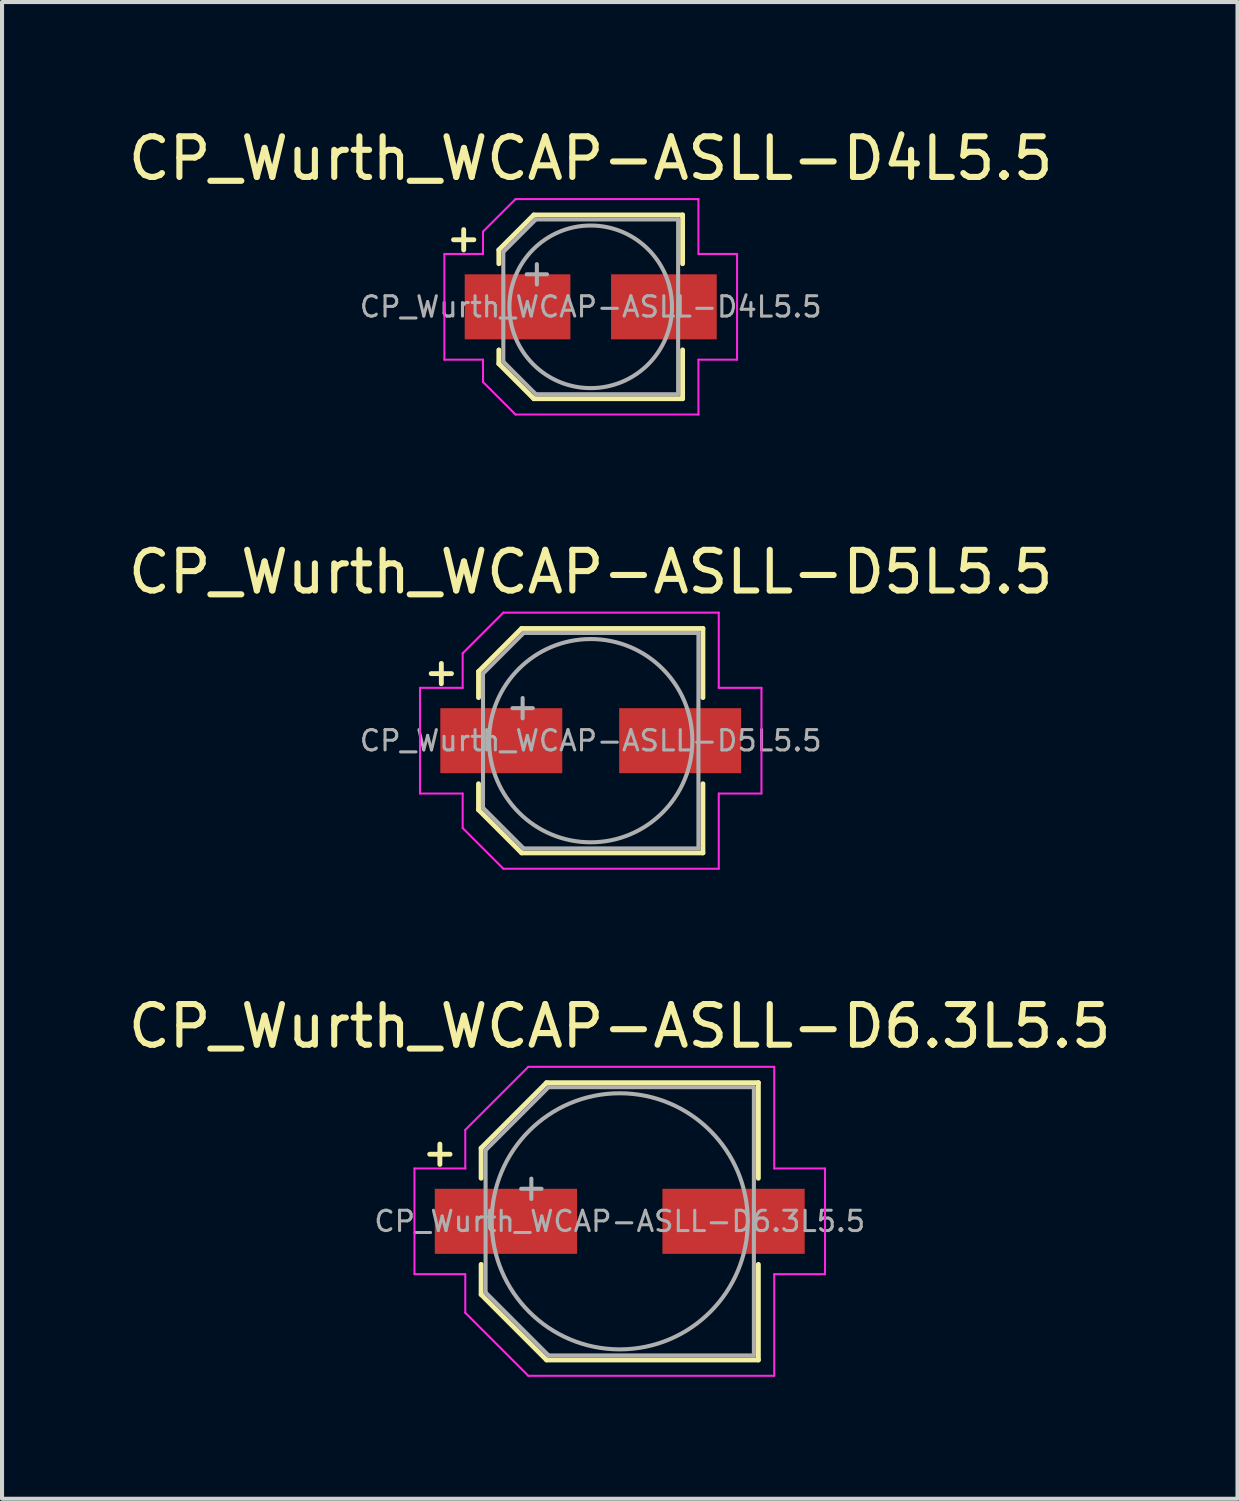
<source format=kicad_pcb>
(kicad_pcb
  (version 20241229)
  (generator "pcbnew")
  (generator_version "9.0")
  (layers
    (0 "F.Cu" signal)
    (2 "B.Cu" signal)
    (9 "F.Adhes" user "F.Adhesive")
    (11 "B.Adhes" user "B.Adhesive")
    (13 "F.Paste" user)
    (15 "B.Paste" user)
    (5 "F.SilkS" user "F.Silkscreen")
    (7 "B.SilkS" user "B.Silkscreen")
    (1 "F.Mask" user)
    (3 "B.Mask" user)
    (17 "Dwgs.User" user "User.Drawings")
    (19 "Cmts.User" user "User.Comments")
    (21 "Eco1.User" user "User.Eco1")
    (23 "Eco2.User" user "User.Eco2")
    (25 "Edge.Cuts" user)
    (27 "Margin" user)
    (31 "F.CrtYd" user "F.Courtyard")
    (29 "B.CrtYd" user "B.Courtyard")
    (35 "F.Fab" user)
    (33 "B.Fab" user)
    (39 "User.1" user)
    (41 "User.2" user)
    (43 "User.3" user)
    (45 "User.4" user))
  (footprint "CP_Wurth_WCAP-ASLL-D4L5.5"
    (layer "F.Cu")
    (at 11.482 4.498)
    (property "Reference" "CP_Wurth_WCAP-ASLL-D4L5.5" (at 0 -3.65 0) (unlocked yes) (layer "F.SilkS") (effects (font (size 1 1) (thickness 0.15))))
    (attr smd)
    (fp_line (start -3.125 -1.4) (end -3.125 -1.9) (stroke (width 0.12) (type solid)) (layer "F.SilkS"))
    (fp_line (start -2.875 -1.65) (end -3.375 -1.65) (stroke (width 0.12) (type solid)) (layer "F.SilkS"))
    (fp_line (start -2.26 -1.4) (end -2.26 -1.06) (stroke (width 0.12) (type default)) (layer "F.SilkS"))
    (fp_line (start -2.26 -1.4) (end -1.4 -2.26) (stroke (width 0.12) (type default)) (layer "F.SilkS"))
    (fp_line (start -2.26 1.4) (end -2.26 1.06) (stroke (width 0.12) (type default)) (layer "F.SilkS"))
    (fp_line (start -2.26 1.4) (end -1.4 2.26) (stroke (width 0.12) (type default)) (layer "F.SilkS"))
    (fp_line (start -1.4 -2.26) (end 2.26 -2.26) (stroke (width 0.12) (type solid)) (layer "F.SilkS"))
    (fp_line (start -1.4 2.26) (end 2.26 2.26) (stroke (width 0.12) (type solid)) (layer "F.SilkS"))
    (fp_line (start 2.26 -2.26) (end 2.26 -1.06) (stroke (width 0.12) (type default)) (layer "F.SilkS"))
    (fp_line (start 2.26 1.06) (end 2.26 2.26) (stroke (width 0.12) (type default)) (layer "F.SilkS"))
    (fp_line (start -3.6 -1.3) (end -3.6 1.3) (stroke (width 0.05) (type default)) (layer "F.CrtYd"))
    (fp_line (start -3.6 -1.3) (end -2.65 -1.3) (stroke (width 0.05) (type default)) (layer "F.CrtYd"))
    (fp_line (start -3.6 1.3) (end -2.65 1.3) (stroke (width 0.05) (type default)) (layer "F.CrtYd"))
    (fp_line (start -2.65 -1.85) (end -2.65 -1.3) (stroke (width 0.05) (type default)) (layer "F.CrtYd"))
    (fp_line (start -2.65 -1.85) (end -1.85 -2.65) (stroke (width 0.05) (type default)) (layer "F.CrtYd"))
    (fp_line (start -2.65 1.3) (end -2.65 1.85) (stroke (width 0.05) (type default)) (layer "F.CrtYd"))
    (fp_line (start -2.65 1.85) (end -1.85 2.65) (stroke (width 0.05) (type default)) (layer "F.CrtYd"))
    (fp_line (start -1.85 -2.65) (end 2.65 -2.65) (stroke (width 0.05) (type default)) (layer "F.CrtYd"))
    (fp_line (start -1.85 2.65) (end 2.65 2.65) (stroke (width 0.05) (type default)) (layer "F.CrtYd"))
    (fp_line (start 2.65 -2.65) (end 2.65 -1.3) (stroke (width 0.05) (type default)) (layer "F.CrtYd"))
    (fp_line (start 2.65 -1.3) (end 3.6 -1.3) (stroke (width 0.05) (type default)) (layer "F.CrtYd"))
    (fp_line (start 2.65 1.3) (end 2.65 2.65) (stroke (width 0.05) (type default)) (layer "F.CrtYd"))
    (fp_line (start 2.65 1.3) (end 3.6 1.3) (stroke (width 0.05) (type default)) (layer "F.CrtYd"))
    (fp_line (start 3.6 -1.3) (end 3.6 1.3) (stroke (width 0.05) (type default)) (layer "F.CrtYd"))
    (fp_line (start -2.15 -1.35) (end -1.35 -2.15) (stroke (width 0.1) (type default)) (layer "F.Fab"))
    (fp_line (start -2.15 1.35) (end -2.15 -1.35) (stroke (width 0.1) (type default)) (layer "F.Fab"))
    (fp_line (start -1.35 -2.15) (end 2.15 -2.15) (stroke (width 0.1) (type default)) (layer "F.Fab"))
    (fp_line (start -1.35 2.15) (end -2.15 1.35) (stroke (width 0.1) (type default)) (layer "F.Fab"))
    (fp_line (start -1.325 -0.55) (end -1.325 -1.05) (stroke (width 0.1) (type default)) (layer "F.Fab"))
    (fp_line (start -1.075 -0.8) (end -1.575 -0.8) (stroke (width 0.1) (type default)) (layer "F.Fab"))
    (fp_line (start 2.15 -2.15) (end 2.15 2.15) (stroke (width 0.1) (type default)) (layer "F.Fab"))
    (fp_line (start 2.15 2.15) (end -1.35 2.15) (stroke (width 0.1) (type default)) (layer "F.Fab"))
    (fp_circle (center 0 0) (end 2 0) (stroke (width 0.1) (type default)) (fill no) (layer "F.Fab"))
    (fp_text user "${REFERENCE}" (at 0 0 0) (unlocked yes) (layer "F.Fab") (effects (font (size 0.5 0.5) (thickness 0.075))))
    (pad "1" smd rect (at -1.8 0) (size 2.6 1.6) (layers "F.Cu" "F.Mask" "F.Paste"))
    (pad "2" smd rect (at 1.8 0) (size 2.6 1.6) (layers "F.Cu" "F.Mask" "F.Paste")))
  (footprint "CP_Wurth_WCAP-ASLL-D6.3L5.5"
    (layer "F.Cu")
    (at 12.196 26.995)
    (property "Reference" "CP_Wurth_WCAP-ASLL-D6.3L5.5" (at 0 -4.8 0) (unlocked yes) (layer "F.SilkS") (effects (font (size 1 1) (thickness 0.15))))
    (attr smd)
    (fp_line (start -4.425 -1.4) (end -4.425 -1.9) (stroke (width 0.12) (type solid)) (layer "F.SilkS"))
    (fp_line (start -4.175 -1.65) (end -4.675 -1.65) (stroke (width 0.12) (type solid)) (layer "F.SilkS"))
    (fp_line (start -3.41 -1.8) (end -3.41 -1.06) (stroke (width 0.12) (type default)) (layer "F.SilkS"))
    (fp_line (start -3.41 -1.8) (end -1.8 -3.41) (stroke (width 0.12) (type default)) (layer "F.SilkS"))
    (fp_line (start -3.41 1.8) (end -3.41 1.06) (stroke (width 0.12) (type default)) (layer "F.SilkS"))
    (fp_line (start -3.41 1.8) (end -1.8 3.41) (stroke (width 0.12) (type default)) (layer "F.SilkS"))
    (fp_line (start -1.8 -3.41) (end 3.41 -3.41) (stroke (width 0.12) (type solid)) (layer "F.SilkS"))
    (fp_line (start -1.8 3.41) (end 3.41 3.41) (stroke (width 0.12) (type solid)) (layer "F.SilkS"))
    (fp_line (start 3.41 -3.41) (end 3.41 -1.06) (stroke (width 0.12) (type default)) (layer "F.SilkS"))
    (fp_line (start 3.41 1.06) (end 3.41 3.41) (stroke (width 0.12) (type default)) (layer "F.SilkS"))
    (fp_line (start -5.05 -1.3) (end -5.05 1.3) (stroke (width 0.05) (type default)) (layer "F.CrtYd"))
    (fp_line (start -5.05 -1.3) (end -3.8 -1.3) (stroke (width 0.05) (type default)) (layer "F.CrtYd"))
    (fp_line (start -5.05 1.3) (end -3.8 1.3) (stroke (width 0.05) (type default)) (layer "F.CrtYd"))
    (fp_line (start -3.8 -2.25) (end -3.8 -1.3) (stroke (width 0.05) (type default)) (layer "F.CrtYd"))
    (fp_line (start -3.8 -2.25) (end -2.25 -3.8) (stroke (width 0.05) (type default)) (layer "F.CrtYd"))
    (fp_line (start -3.8 1.3) (end -3.8 2.25) (stroke (width 0.05) (type default)) (layer "F.CrtYd"))
    (fp_line (start -3.8 2.25) (end -2.25 3.8) (stroke (width 0.05) (type default)) (layer "F.CrtYd"))
    (fp_line (start -2.25 -3.8) (end 3.8 -3.8) (stroke (width 0.05) (type default)) (layer "F.CrtYd"))
    (fp_line (start -2.25 3.8) (end 3.8 3.8) (stroke (width 0.05) (type default)) (layer "F.CrtYd"))
    (fp_line (start 3.8 -3.8) (end 3.8 -1.3) (stroke (width 0.05) (type default)) (layer "F.CrtYd"))
    (fp_line (start 3.8 -1.3) (end 5.05 -1.3) (stroke (width 0.05) (type default)) (layer "F.CrtYd"))
    (fp_line (start 3.8 1.3) (end 3.8 3.8) (stroke (width 0.05) (type default)) (layer "F.CrtYd"))
    (fp_line (start 3.8 1.3) (end 5.05 1.3) (stroke (width 0.05) (type default)) (layer "F.CrtYd"))
    (fp_line (start 5.05 -1.3) (end 5.05 1.3) (stroke (width 0.05) (type default)) (layer "F.CrtYd"))
    (fp_line (start -3.3 -1.75) (end -1.75 -3.3) (stroke (width 0.1) (type default)) (layer "F.Fab"))
    (fp_line (start -3.3 1.75) (end -3.3 -1.75) (stroke (width 0.1) (type default)) (layer "F.Fab"))
    (fp_line (start -2.175 -0.55) (end -2.175 -1.05) (stroke (width 0.1) (type default)) (layer "F.Fab"))
    (fp_line (start -1.925 -0.8) (end -2.425 -0.8) (stroke (width 0.1) (type default)) (layer "F.Fab"))
    (fp_line (start -1.75 -3.3) (end 3.3 -3.3) (stroke (width 0.1) (type default)) (layer "F.Fab"))
    (fp_line (start -1.75 3.3) (end -3.3 1.75) (stroke (width 0.1) (type default)) (layer "F.Fab"))
    (fp_line (start 3.3 -3.3) (end 3.3 3.3) (stroke (width 0.1) (type default)) (layer "F.Fab"))
    (fp_line (start 3.3 3.3) (end -1.75 3.3) (stroke (width 0.1) (type default)) (layer "F.Fab"))
    (fp_circle (center 0 0) (end 3.15 0) (stroke (width 0.1) (type default)) (fill no) (layer "F.Fab"))
    (fp_text user "${REFERENCE}" (at 0 0 0) (unlocked yes) (layer "F.Fab") (effects (font (size 0.5 0.5) (thickness 0.075))))
    (pad "1" smd rect (at -2.8 0) (size 3.5 1.6) (layers "F.Cu" "F.Mask" "F.Paste"))
    (pad "2" smd rect (at 2.8 0) (size 3.5 1.6) (layers "F.Cu" "F.Mask" "F.Paste")))
  (footprint "CP_Wurth_WCAP-ASLL-D5L5.5"
    (layer "F.Cu")
    (at 11.482 15.171)
    (property "Reference" "CP_Wurth_WCAP-ASLL-D5L5.5" (at 0 -4.15 0) (unlocked yes) (layer "F.SilkS") (effects (font (size 1 1) (thickness 0.15))))
    (attr smd)
    (fp_line (start -3.675 -1.4) (end -3.675 -1.9) (stroke (width 0.12) (type solid)) (layer "F.SilkS"))
    (fp_line (start -3.425 -1.65) (end -3.925 -1.65) (stroke (width 0.12) (type solid)) (layer "F.SilkS"))
    (fp_line (start -2.76 -1.7) (end -2.76 -1.06) (stroke (width 0.12) (type default)) (layer "F.SilkS"))
    (fp_line (start -2.76 -1.7) (end -1.7 -2.76) (stroke (width 0.12) (type default)) (layer "F.SilkS"))
    (fp_line (start -2.76 1.7) (end -2.76 1.06) (stroke (width 0.12) (type default)) (layer "F.SilkS"))
    (fp_line (start -2.76 1.7) (end -1.7 2.76) (stroke (width 0.12) (type default)) (layer "F.SilkS"))
    (fp_line (start -1.7 -2.76) (end 2.76 -2.76) (stroke (width 0.12) (type solid)) (layer "F.SilkS"))
    (fp_line (start -1.7 2.76) (end 2.76 2.76) (stroke (width 0.12) (type solid)) (layer "F.SilkS"))
    (fp_line (start 2.76 -2.76) (end 2.76 -1.06) (stroke (width 0.12) (type default)) (layer "F.SilkS"))
    (fp_line (start 2.76 1.06) (end 2.76 2.76) (stroke (width 0.12) (type default)) (layer "F.SilkS"))
    (fp_line (start -4.2 -1.3) (end -4.2 1.3) (stroke (width 0.05) (type default)) (layer "F.CrtYd"))
    (fp_line (start -4.2 -1.3) (end -3.15 -1.3) (stroke (width 0.05) (type default)) (layer "F.CrtYd"))
    (fp_line (start -4.2 1.3) (end -3.15 1.3) (stroke (width 0.05) (type default)) (layer "F.CrtYd"))
    (fp_line (start -3.15 -2.15) (end -3.15 -1.3) (stroke (width 0.05) (type default)) (layer "F.CrtYd"))
    (fp_line (start -3.15 -2.15) (end -2.15 -3.15) (stroke (width 0.05) (type default)) (layer "F.CrtYd"))
    (fp_line (start -3.15 1.3) (end -3.15 2.15) (stroke (width 0.05) (type default)) (layer "F.CrtYd"))
    (fp_line (start -3.15 2.15) (end -2.15 3.15) (stroke (width 0.05) (type default)) (layer "F.CrtYd"))
    (fp_line (start -2.15 -3.15) (end 3.15 -3.15) (stroke (width 0.05) (type default)) (layer "F.CrtYd"))
    (fp_line (start -2.15 3.15) (end 3.15 3.15) (stroke (width 0.05) (type default)) (layer "F.CrtYd"))
    (fp_line (start 3.15 -3.15) (end 3.15 -1.3) (stroke (width 0.05) (type default)) (layer "F.CrtYd"))
    (fp_line (start 3.15 -1.3) (end 4.2 -1.3) (stroke (width 0.05) (type default)) (layer "F.CrtYd"))
    (fp_line (start 3.15 1.3) (end 3.15 3.15) (stroke (width 0.05) (type default)) (layer "F.CrtYd"))
    (fp_line (start 3.15 1.3) (end 4.2 1.3) (stroke (width 0.05) (type default)) (layer "F.CrtYd"))
    (fp_line (start 4.2 -1.3) (end 4.2 1.3) (stroke (width 0.05) (type default)) (layer "F.CrtYd"))
    (fp_line (start -2.65 -1.65) (end -1.65 -2.65) (stroke (width 0.1) (type default)) (layer "F.Fab"))
    (fp_line (start -2.65 1.65) (end -2.65 -1.65) (stroke (width 0.1) (type default)) (layer "F.Fab"))
    (fp_line (start -1.675 -0.55) (end -1.675 -1.05) (stroke (width 0.1) (type default)) (layer "F.Fab"))
    (fp_line (start -1.65 -2.65) (end 2.65 -2.65) (stroke (width 0.1) (type default)) (layer "F.Fab"))
    (fp_line (start -1.65 2.65) (end -2.65 1.65) (stroke (width 0.1) (type default)) (layer "F.Fab"))
    (fp_line (start -1.425 -0.8) (end -1.925 -0.8) (stroke (width 0.1) (type default)) (layer "F.Fab"))
    (fp_line (start 2.65 -2.65) (end 2.65 2.65) (stroke (width 0.1) (type default)) (layer "F.Fab"))
    (fp_line (start 2.65 2.65) (end -1.65 2.65) (stroke (width 0.1) (type default)) (layer "F.Fab"))
    (fp_circle (center 0 0) (end 2.5 0) (stroke (width 0.1) (type default)) (fill no) (layer "F.Fab"))
    (fp_text user "${REFERENCE}" (at 0 0 0) (unlocked yes) (layer "F.Fab") (effects (font (size 0.5 0.5) (thickness 0.075))))
    (pad "1" smd rect (at -2.2 0) (size 3 1.6) (layers "F.Cu" "F.Mask" "F.Paste"))
    (pad "2" smd rect (at 2.2 0) (size 3 1.6) (layers "F.Cu" "F.Mask" "F.Paste")))
  (gr_rect
    (start -3 -3)
    (end 27.393 33.82)
    (stroke (width 0.1) (type default))
    (fill no)
    (layer "Edge.Cuts")))
</source>
